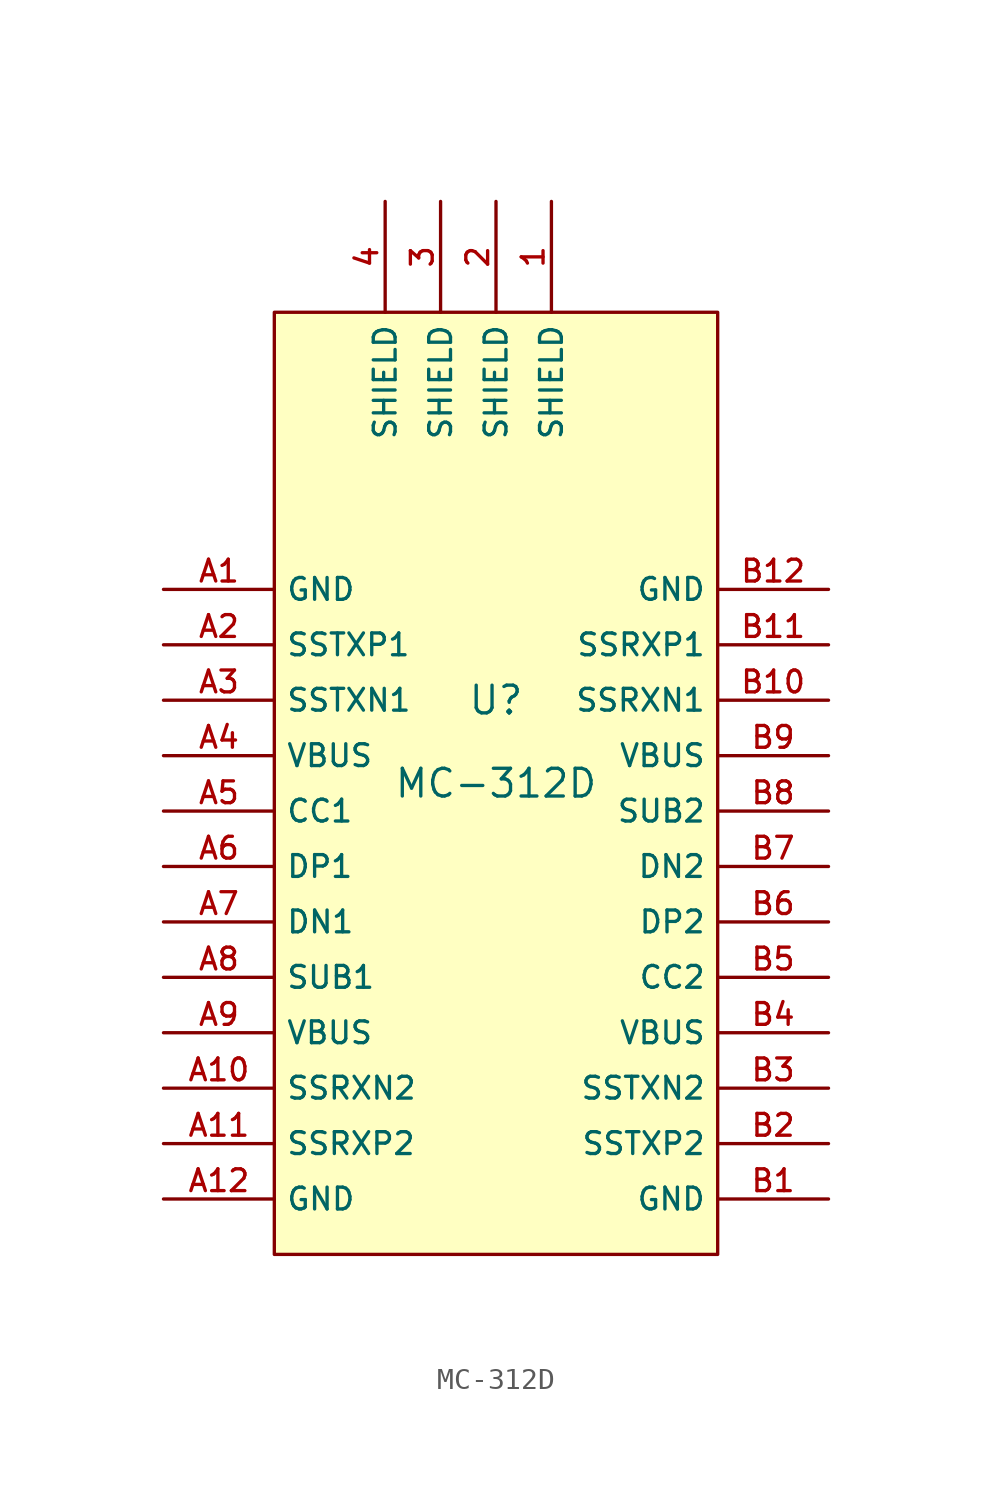
<source format=kicad_sym>
(kicad_symbol_lib
  (version 20210201)
  (generator TousstNicolas/JLC2KiCad_lib)
  (symbol "MC-312D"
    (property "Reference" "U"
      (at 0 1.27 0)
      (effects (font (size 1.27 1.27))))
    (property "Value" "MC-312D"
      (at 0 -2.54 0)
      (effects (font (size 1.27 1.27))))
    (symbol "MC-312D_0_1"
      (pin unspecified line (at -15.24 6.35 0) (length 5.08) (name "GND" (effects (font (size 1 1)))) (number "A1" (effects (font (size 1 1)))))
      (pin unspecified line (at -15.24 -1.27 0) (length 5.08) (name "VBUS" (effects (font (size 1 1)))) (number "A4" (effects (font (size 1 1)))))
      (pin unspecified line (at -15.24 -3.81 0) (length 5.08) (name "CC1" (effects (font (size 1 1)))) (number "A5" (effects (font (size 1 1)))))
      (pin unspecified line (at -15.24 -6.35 0) (length 5.08) (name "DP1" (effects (font (size 1 1)))) (number "A6" (effects (font (size 1 1)))))
      (pin unspecified line (at -15.24 -8.89 0) (length 5.08) (name "DN1" (effects (font (size 1 1)))) (number "A7" (effects (font (size 1 1)))))
      (pin unspecified line (at -15.24 -13.97 0) (length 5.08) (name "VBUS" (effects (font (size 1 1)))) (number "A9" (effects (font (size 1 1)))))
      (pin unspecified line (at -15.24 -21.59 0) (length 5.08) (name "GND" (effects (font (size 1 1)))) (number "A12" (effects (font (size 1 1)))))
      (pin unspecified line (at 15.24 -21.59 180) (length 5.08) (name "GND" (effects (font (size 1 1)))) (number "B1" (effects (font (size 1 1)))))
      (pin unspecified line (at 15.24 -13.97 180) (length 5.08) (name "VBUS" (effects (font (size 1 1)))) (number "B4" (effects (font (size 1 1)))))
      (pin unspecified line (at 15.24 -11.43 180) (length 5.08) (name "CC2" (effects (font (size 1 1)))) (number "B5" (effects (font (size 1 1)))))
      (pin unspecified line (at 15.24 -8.89 180) (length 5.08) (name "DP2" (effects (font (size 1 1)))) (number "B6" (effects (font (size 1 1)))))
      (pin unspecified line (at 15.24 -6.35 180) (length 5.08) (name "DN2" (effects (font (size 1 1)))) (number "B7" (effects (font (size 1 1)))))
      (pin unspecified line (at 15.24 -1.27 180) (length 5.08) (name "VBUS" (effects (font (size 1 1)))) (number "B9" (effects (font (size 1 1)))))
      (pin unspecified line (at 15.24 6.35 180) (length 5.08) (name "GND" (effects (font (size 1 1)))) (number "B12" (effects (font (size 1 1)))))
      (pin unspecified line (at 2.54 24.13 270) (length 5.08) (name "SHIELD" (effects (font (size 1 1)))) (number "1" (effects (font (size 1 1)))))
      (pin unspecified line (at 0.0 24.13 270) (length 5.08) (name "SHIELD" (effects (font (size 1 1)))) (number "2" (effects (font (size 1 1)))))
      (pin unspecified line (at -2.54 24.13 270) (length 5.08) (name "SHIELD" (effects (font (size 1 1)))) (number "3" (effects (font (size 1 1)))))
      (pin unspecified line (at -5.08 24.13 270) (length 5.08) (name "SHIELD" (effects (font (size 1 1)))) (number "4" (effects (font (size 1 1)))))
      (rectangle (start -10.16 19.05) (end 10.16 -24.13) (stroke (width 0) (type default) (color 0 0 0 0)) (fill (type background)))
      (pin unspecified line (at -15.24 3.81 0) (length 5.08) (name "SSTXP1" (effects (font (size 1 1)))) (number "A2" (effects (font (size 1 1)))))
      (pin unspecified line (at -15.24 1.27 0) (length 5.08) (name "SSTXN1" (effects (font (size 1 1)))) (number "A3" (effects (font (size 1 1)))))
      (pin unspecified line (at -15.24 -11.43 0) (length 5.08) (name "SUB1" (effects (font (size 1 1)))) (number "A8" (effects (font (size 1 1)))))
      (pin unspecified line (at -15.24 -16.51 0) (length 5.08) (name "SSRXN2" (effects (font (size 1 1)))) (number "A10" (effects (font (size 1 1)))))
      (pin unspecified line (at -15.24 -19.05 0) (length 5.08) (name "SSRXP2" (effects (font (size 1 1)))) (number "A11" (effects (font (size 1 1)))))
      (pin unspecified line (at 15.24 -19.05 180) (length 5.08) (name "SSTXP2" (effects (font (size 1 1)))) (number "B2" (effects (font (size 1 1)))))
      (pin unspecified line (at 15.24 -16.51 180) (length 5.08) (name "SSTXN2" (effects (font (size 1 1)))) (number "B3" (effects (font (size 1 1)))))
      (pin unspecified line (at 15.24 -3.81 180) (length 5.08) (name "SUB2" (effects (font (size 1 1)))) (number "B8" (effects (font (size 1 1)))))
      (pin unspecified line (at 15.24 1.27 180) (length 5.08) (name "SSRXN1" (effects (font (size 1 1)))) (number "B10" (effects (font (size 1 1)))))
      (pin unspecified line (at 15.24 3.81 180) (length 5.08) (name "SSRXP1" (effects (font (size 1 1)))) (number "B11" (effects (font (size 1 1))))))))
</source>
